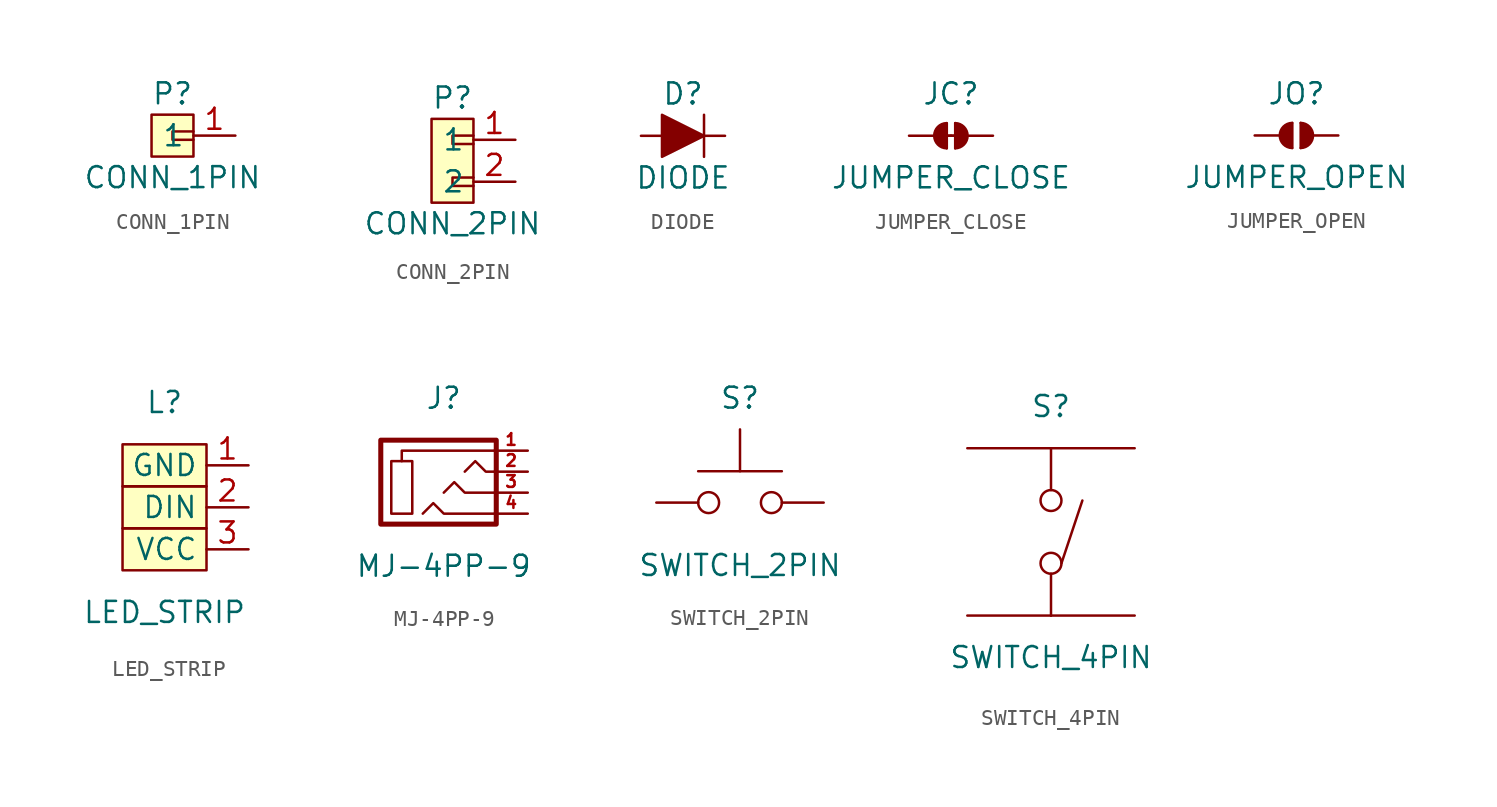
<source format=kicad_sym>
(kicad_symbol_lib
  (version 20211014)
  (generator kicad_symbol_editor)
  (symbol "CONN_1PIN"
    (property "Reference" "P"
      (at 0 2.54 0)
      (effects (font (size 1.27 1.27))))
    (property "Value" "CONN_1PIN"
      (at 0 -2.54 0)
      (effects (font (size 1.27 1.27))))
    (symbol "CONN_1PIN_0_1"
      (polyline (pts (xy 1.27 -0.254) (xy 0 -0.254) (xy 0 0.254) (xy 1.27 0.254)) (stroke (width 0) (type default) (color 0 0 0 0)) (fill (type none)))
      (rectangle (start 1.27 -1.27) (end -1.27 1.27) (stroke (width 0) (type default) (color 0 0 0 0)) (fill (type background))))
    (symbol "CONN_1PIN_1_1"
      (pin passive line (at 3.81 0 180) (length 2.54) (name "1" (effects (font (size 1.27 1.27)))) (number "1" (effects (font (size 1.27 1.27)))))))
  (symbol "CONN_2PIN"
    (property "Reference" "P"
      (at 0 3.81 0)
      (effects (font (size 1.27 1.27))))
    (property "Value" "CONN_2PIN"
      (at 0 -3.81 0)
      (effects (font (size 1.27 1.27))))
    (symbol "CONN_2PIN_0_1"
      (rectangle (start -1.27 2.54) (end 1.27 -2.54) (stroke (width 0) (type default) (color 0 0 0 0)) (fill (type background)))
      (polyline (pts (xy 1.27 -1.524) (xy 0 -1.524) (xy 0 -1.016) (xy 1.27 -1.016)) (stroke (width 0) (type default) (color 0 0 0 0)) (fill (type none)))
      (polyline (pts (xy 1.27 1.016) (xy 0 1.016) (xy 0 1.524) (xy 1.27 1.524)) (stroke (width 0) (type default) (color 0 0 0 0)) (fill (type none))))
    (symbol "CONN_2PIN_1_1"
      (pin passive line (at 3.81 1.27 180) (length 2.54) (name "1" (effects (font (size 1.27 1.27)))) (number "1" (effects (font (size 1.27 1.27)))))
      (pin passive line (at 3.81 -1.27 180) (length 2.54) (name "2" (effects (font (size 1.27 1.27)))) (number "2" (effects (font (size 1.27 1.27)))))))
  (symbol "DIODE"
    (pin_numbers hide)
    (pin_names hide)
    (property "Reference" "D"
      (at 0 2.54 0)
      (effects (font (size 1.27 1.27))))
    (property "Value" "DIODE"
      (at 0 -2.54 0)
      (effects (font (size 1.27 1.27))))
    (symbol "DIODE_0_1"
      (polyline (pts (xy 1.27 1.27) (xy 1.27 -1.27) (xy 1.27 0)) (stroke (width 0) (type default) (color 0 0 0 0)) (fill (type none)))
      (polyline (pts (xy 1.27 0) (xy -1.27 1.27) (xy -1.27 -1.27) (xy 1.27 0)) (stroke (width 0) (type default) (color 0 0 0 0)) (fill (type outline))))
    (symbol "DIODE_1_1"
      (pin passive line (at -2.54 0 0) (length 2.54) (name "1" (effects (font (size 1.27 1.27)))) (number "1" (effects (font (size 1.27 1.27)))))
      (pin passive line (at 2.54 0 180) (length 2.54) (name "2" (effects (font (size 1.27 1.27)))) (number "2" (effects (font (size 1.27 1.27)))))))
  (symbol "JUMPER_CLOSE"
    (pin_numbers hide)
    (pin_names hide)
    (property "Reference" "JC"
      (at 0 2.54 0)
      (effects (font (size 1.27 1.27))))
    (property "Value" "JUMPER_CLOSE"
      (at 0 -2.54 0)
      (effects (font (size 1.27 1.27))))
    (symbol "JUMPER_CLOSE_0_1"
      (arc (start -0.2663 0.762) (mid -1.0161 0) (end -0.2663 -0.762) (stroke (width 0) (type default) (color 0 0 0 0)) (fill (type outline)))
      (polyline (pts (xy -0.635 0) (xy 0.635 0)) (stroke (width 0) (type default) (color 0 0 0 0)) (fill (type none)))
      (polyline (pts (xy -0.254 0.762) (xy -0.254 -0.762)) (stroke (width 0) (type default) (color 0 0 0 0)) (fill (type none)))
      (polyline (pts (xy 0.254 0.762) (xy 0.254 -0.762)) (stroke (width 0) (type default) (color 0 0 0 0)) (fill (type none)))
      (arc (start 0.254 -0.762) (mid 1.0038 0) (end 0.254 0.762) (stroke (width 0) (type default) (color 0 0 0 0)) (fill (type outline))))
    (symbol "JUMPER_CLOSE_1_1"
      (pin passive line (at -2.54 0 0) (length 2.54) (name "1" (effects (font (size 1.27 1.27)))) (number "1" (effects (font (size 1.27 1.27)))))
      (pin passive line (at 2.54 0 180) (length 2.54) (name "2" (effects (font (size 1.27 1.27)))) (number "2" (effects (font (size 1.27 1.27)))))))
  (symbol "JUMPER_OPEN"
    (pin_numbers hide)
    (pin_names hide)
    (property "Reference" "JO"
      (at 0 2.54 0)
      (effects (font (size 1.27 1.27))))
    (property "Value" "JUMPER_OPEN"
      (at 0 -2.54 0)
      (effects (font (size 1.27 1.27))))
    (symbol "JUMPER_OPEN_0_1"
      (arc (start -0.2663 0.762) (mid -1.0161 0) (end -0.2663 -0.762) (stroke (width 0) (type default) (color 0 0 0 0)) (fill (type outline)))
      (polyline (pts (xy -0.254 0.762) (xy -0.254 -0.762)) (stroke (width 0) (type default) (color 0 0 0 0)) (fill (type none)))
      (polyline (pts (xy 0.254 0.762) (xy 0.254 -0.762)) (stroke (width 0) (type default) (color 0 0 0 0)) (fill (type none)))
      (arc (start 0.254 -0.762) (mid 1.0038 0) (end 0.254 0.762) (stroke (width 0) (type default) (color 0 0 0 0)) (fill (type outline))))
    (symbol "JUMPER_OPEN_1_1"
      (pin passive line (at -2.54 0 0) (length 1.905) (name "1" (effects (font (size 1.27 1.27)))) (number "1" (effects (font (size 1.27 1.27)))))
      (pin passive line (at 2.54 0 180) (length 1.905) (name "2" (effects (font (size 1.27 1.27)))) (number "2" (effects (font (size 1.27 1.27)))))))
  (symbol "LED_STRIP"
    (property "Reference" "L"
      (at 0 6.35 0)
      (effects (font (size 1.27 1.27))))
    (property "Value" "LED_STRIP"
      (at 0 -6.35 0)
      (effects (font (size 1.27 1.27))))
    (symbol "LED_STRIP_0_1"
      (rectangle (start -2.54 -1.27) (end 2.54 -3.81) (stroke (width 0) (type default) (color 0 0 0 0)) (fill (type background)))
      (rectangle (start -2.54 1.27) (end 2.54 -1.27) (stroke (width 0) (type default) (color 0 0 0 0)) (fill (type background)))
      (rectangle (start -2.54 3.81) (end 2.54 1.27) (stroke (width 0) (type default) (color 0 0 0 0)) (fill (type background))))
    (symbol "LED_STRIP_1_1"
      (pin passive line (at 5.08 2.54 180) (length 2.54) (name "GND" (effects (font (size 1.27 1.27)))) (number "1" (effects (font (size 1.27 1.27)))))
      (pin passive line (at 5.08 0 180) (length 2.54) (name "DIN" (effects (font (size 1.27 1.27)))) (number "2" (effects (font (size 1.27 1.27)))))
      (pin passive line (at 5.08 -2.54 180) (length 2.54) (name "VCC" (effects (font (size 1.27 1.27)))) (number "3" (effects (font (size 1.27 1.27)))))))
  (symbol "MJ-4PP-9"
    (pin_names
      (offset 1.016) hide)
    (property "Reference" "J"
      (at 0 5.08 0)
      (effects (font (size 1.27 1.27))))
    (property "Value" "MJ-4PP-9"
      (at 0 -5.08 0)
      (effects (font (size 1.27 1.27))))
    (symbol "MJ-4PP-9_0_1"
      (rectangle (start -1.905 -1.905) (end -3.175 1.27) (stroke (width 0) (type default) (color 0 0 0 0)) (fill (type none)))
      (polyline (pts (xy -2.54 1.27) (xy -2.54 1.905) (xy 3.175 1.905)) (stroke (width 0) (type default) (color 0 0 0 0)) (fill (type none)))
      (polyline (pts (xy -1.27 -1.905) (xy -0.635 -1.27) (xy 0 -1.905) (xy 3.175 -1.905)) (stroke (width 0) (type default) (color 0 0 0 0)) (fill (type none)))
      (polyline (pts (xy 0 -0.635) (xy 0.635 0) (xy 1.27 -0.635) (xy 3.175 -0.635)) (stroke (width 0) (type default) (color 0 0 0 0)) (fill (type none)))
      (polyline (pts (xy 1.27 0.635) (xy 1.905 1.27) (xy 2.54 0.635) (xy 3.175 0.635)) (stroke (width 0) (type default) (color 0 0 0 0)) (fill (type none)))
      (rectangle (start 3.175 2.54) (end -3.81 -2.54) (stroke (width 0.305) (type default) (color 0 0 0 0)) (fill (type none))))
    (symbol "MJ-4PP-9_1_1"
      (pin input line (at 5.08 1.905 180) (length 2.007) (name "1" (effects (font (size 0.508 0.508)))) (number "1" (effects (font (size 0.711 0.711)))))
      (pin input line (at 5.08 0.635 180) (length 2.007) (name "2" (effects (font (size 0.508 0.508)))) (number "2" (effects (font (size 0.711 0.711)))))
      (pin input line (at 5.08 -0.635 180) (length 2.007) (name "3" (effects (font (size 0.508 0.508)))) (number "3" (effects (font (size 0.711 0.711)))))
      (pin input line (at 5.08 -1.905 180) (length 2.007) (name "4" (effects (font (size 0.508 0.508)))) (number "4" (effects (font (size 0.711 0.711)))))))
  (symbol "SWITCH_2PIN"
    (pin_numbers hide)
    (pin_names hide)
    (property "Reference" "S"
      (at 0 6.35 0)
      (effects (font (size 1.27 1.27))))
    (property "Value" "SWITCH_2PIN"
      (at 0 -3.81 0)
      (effects (font (size 1.27 1.27))))
    (symbol "SWITCH_2PIN_0_1"
      (polyline (pts (xy 0 1.905) (xy 0 4.445)) (stroke (width 0) (type default) (color 0 0 0 0)) (fill (type none)))
      (polyline (pts (xy 2.54 1.905) (xy -2.54 1.905)) (stroke (width 0) (type default) (color 0 0 0 0)) (fill (type none))))
    (symbol "SWITCH_2PIN_1_1"
      (pin passive inverted (at -5.08 0 0) (length 3.81) (name "1" (effects (font (size 1.27 1.27)))) (number "1" (effects (font (size 1.27 1.27)))))
      (pin passive inverted (at 5.08 0 180) (length 3.81) (name "2" (effects (font (size 1.27 1.27)))) (number "2" (effects (font (size 1.27 1.27)))))))
  (symbol "SWITCH_4PIN"
    (pin_numbers hide)
    (pin_names hide)
    (property "Reference" "S"
      (at 0 7.62 0)
      (effects (font (size 1.27 1.27))))
    (property "Value" "SWITCH_4PIN"
      (at 0 -7.62 0)
      (effects (font (size 1.27 1.27))))
    (symbol "SWITCH_4PIN_0_1"
      (circle (center 0 -1.905) (radius 0.635) (stroke (width 0) (type default) (color 0 0 0 0)) (fill (type none)))
      (polyline (pts (xy 0 -5.08) (xy 0 -2.54)) (stroke (width 0) (type default) (color 0 0 0 0)) (fill (type none)))
      (polyline (pts (xy 0 5.08) (xy 0 2.54)) (stroke (width 0) (type default) (color 0 0 0 0)) (fill (type none)))
      (polyline (pts (xy 0.635 -1.905) (xy 1.905 1.905)) (stroke (width 0) (type default) (color 0 0 0 0)) (fill (type none)))
      (circle (center 0 1.905) (radius 0.635) (stroke (width 0) (type default) (color 0 0 0 0)) (fill (type none))))
    (symbol "SWITCH_4PIN_1_1"
      (pin passive line (at -5.08 5.08 0) (length 5.08) (name "1" (effects (font (size 1.27 1.27)))) (number "1" (effects (font (size 1.27 1.27)))))
      (pin passive line (at 5.08 5.08 180) (length 5.08) (name "2" (effects (font (size 1.27 1.27)))) (number "2" (effects (font (size 1.27 1.27)))))
      (pin passive line (at -5.08 -5.08 0) (length 5.08) (name "3" (effects (font (size 1.27 1.27)))) (number "3" (effects (font (size 1.27 1.27)))))
      (pin passive line (at 5.08 -5.08 180) (length 5.08) (name "4" (effects (font (size 1.27 1.27)))) (number "4" (effects (font (size 1.27 1.27))))))))
</source>
